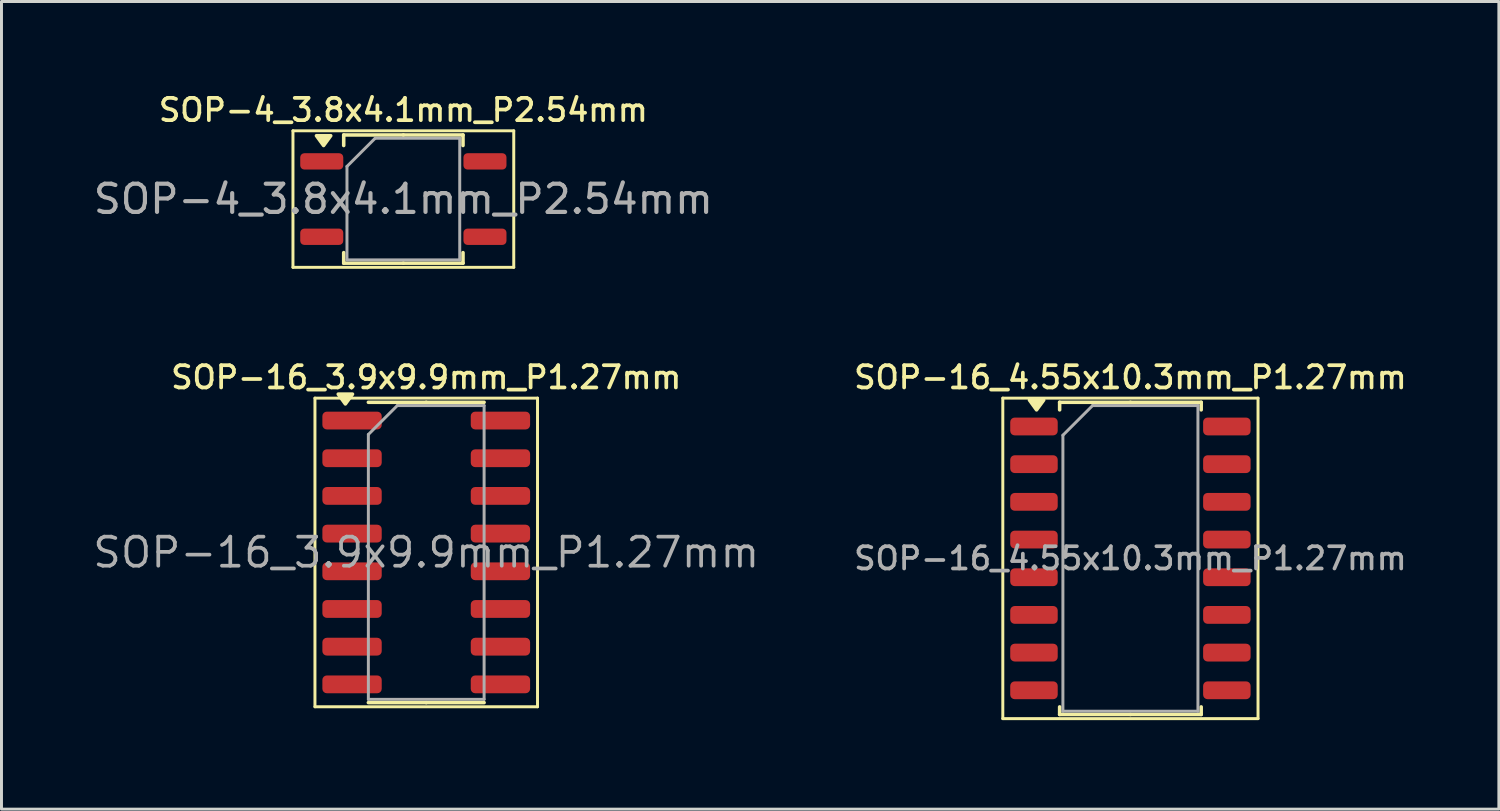
<source format=kicad_pcb>
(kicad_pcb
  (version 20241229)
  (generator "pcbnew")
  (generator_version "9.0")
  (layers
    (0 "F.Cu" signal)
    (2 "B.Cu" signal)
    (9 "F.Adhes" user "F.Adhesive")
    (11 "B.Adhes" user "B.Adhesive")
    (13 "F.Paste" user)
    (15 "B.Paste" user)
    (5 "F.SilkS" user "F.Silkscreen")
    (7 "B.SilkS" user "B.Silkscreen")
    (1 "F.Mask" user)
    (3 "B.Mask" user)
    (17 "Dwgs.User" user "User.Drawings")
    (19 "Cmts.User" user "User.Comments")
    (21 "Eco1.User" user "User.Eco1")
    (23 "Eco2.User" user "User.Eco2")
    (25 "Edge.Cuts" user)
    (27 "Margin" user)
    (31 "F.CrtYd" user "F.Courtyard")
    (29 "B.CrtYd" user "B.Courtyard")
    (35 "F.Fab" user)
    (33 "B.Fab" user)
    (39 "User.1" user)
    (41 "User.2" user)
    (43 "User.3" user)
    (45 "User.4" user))
  (footprint "SOP-16_4.55x10.3mm_P1.27mm"
    (layer "F.Cu")
    (at 35.042 15.766)
    (property "Reference" "SOP-16_4.55x10.3mm_P1.27mm" (at 0 -6.1 0) (layer "F.SilkS") (effects (font (size 0.75 0.75) (thickness 0.125))))
    (attr smd)
    (fp_line (start -4.3 -5.4) (end -4.3 5.4) (stroke (width 0.1) (type solid)) (layer "F.SilkS"))
    (fp_line (start -4.3 5.4) (end 4.3 5.4) (stroke (width 0.1) (type solid)) (layer "F.SilkS"))
    (fp_line (start -2.385 -5.26) (end -2.385 -5.005) (stroke (width 0.12) (type solid)) (layer "F.SilkS"))
    (fp_line (start -2.385 5.26) (end -2.385 5.005) (stroke (width 0.12) (type solid)) (layer "F.SilkS"))
    (fp_line (start 0 -5.26) (end -2.385 -5.26) (stroke (width 0.12) (type solid)) (layer "F.SilkS"))
    (fp_line (start 0 -5.26) (end 2.385 -5.26) (stroke (width 0.12) (type solid)) (layer "F.SilkS"))
    (fp_line (start 0 5.26) (end -2.385 5.26) (stroke (width 0.12) (type solid)) (layer "F.SilkS"))
    (fp_line (start 0 5.26) (end 2.385 5.26) (stroke (width 0.12) (type solid)) (layer "F.SilkS"))
    (fp_line (start 2.385 -5.26) (end 2.385 -5.005) (stroke (width 0.12) (type solid)) (layer "F.SilkS"))
    (fp_line (start 2.385 5.26) (end 2.385 5.005) (stroke (width 0.12) (type solid)) (layer "F.SilkS"))
    (fp_line (start 4.3 -5.4) (end -4.3 -5.4) (stroke (width 0.1) (type solid)) (layer "F.SilkS"))
    (fp_line (start 4.3 5.4) (end 4.3 -5.4) (stroke (width 0.1) (type solid)) (layer "F.SilkS"))
    (fp_poly (pts (xy -3.163 -5.005) (xy -3.402 -5.335) (xy -2.922 -5.335) (xy -3.163 -5.005)) (stroke (width 0.12) (type solid)) (fill yes) (layer "F.SilkS"))
    (fp_line (start -2.275 -4.15) (end -1.275 -5.15) (stroke (width 0.1) (type solid)) (layer "F.Fab"))
    (fp_line (start -2.275 5.15) (end -2.275 -4.15) (stroke (width 0.1) (type solid)) (layer "F.Fab"))
    (fp_line (start -1.275 -5.15) (end 2.275 -5.15) (stroke (width 0.1) (type solid)) (layer "F.Fab"))
    (fp_line (start 2.275 -5.15) (end 2.275 5.15) (stroke (width 0.1) (type solid)) (layer "F.Fab"))
    (fp_line (start 2.275 5.15) (end -2.275 5.15) (stroke (width 0.1) (type solid)) (layer "F.Fab"))
    (fp_text user "${REFERENCE}" (at 0 0 0) (layer "F.Fab") (effects (font (size 0.75 0.75) (thickness 0.125))))
    (pad "1" smd roundrect (at -3.25 -4.445) (size 1.6 0.6) (layers "F.Cu" "F.Mask" "F.Paste") (roundrect_rratio 0.25))
    (pad "2" smd roundrect (at -3.25 -3.175) (size 1.6 0.6) (layers "F.Cu" "F.Mask" "F.Paste") (roundrect_rratio 0.25))
    (pad "3" smd roundrect (at -3.25 -1.905) (size 1.6 0.6) (layers "F.Cu" "F.Mask" "F.Paste") (roundrect_rratio 0.25))
    (pad "4" smd roundrect (at -3.25 -0.635) (size 1.6 0.6) (layers "F.Cu" "F.Mask" "F.Paste") (roundrect_rratio 0.25))
    (pad "5" smd roundrect (at -3.25 0.635) (size 1.6 0.6) (layers "F.Cu" "F.Mask" "F.Paste") (roundrect_rratio 0.25))
    (pad "6" smd roundrect (at -3.25 1.905) (size 1.6 0.6) (layers "F.Cu" "F.Mask" "F.Paste") (roundrect_rratio 0.25))
    (pad "7" smd roundrect (at -3.25 3.175) (size 1.6 0.6) (layers "F.Cu" "F.Mask" "F.Paste") (roundrect_rratio 0.25))
    (pad "8" smd roundrect (at -3.25 4.445) (size 1.6 0.6) (layers "F.Cu" "F.Mask" "F.Paste") (roundrect_rratio 0.25))
    (pad "9" smd roundrect (at 3.25 4.445) (size 1.6 0.6) (layers "F.Cu" "F.Mask" "F.Paste") (roundrect_rratio 0.25))
    (pad "10" smd roundrect (at 3.25 3.175) (size 1.6 0.6) (layers "F.Cu" "F.Mask" "F.Paste") (roundrect_rratio 0.25))
    (pad "11" smd roundrect (at 3.25 1.905) (size 1.6 0.6) (layers "F.Cu" "F.Mask" "F.Paste") (roundrect_rratio 0.25))
    (pad "12" smd roundrect (at 3.25 0.635) (size 1.6 0.6) (layers "F.Cu" "F.Mask" "F.Paste") (roundrect_rratio 0.25))
    (pad "13" smd roundrect (at 3.25 -0.635) (size 1.6 0.6) (layers "F.Cu" "F.Mask" "F.Paste") (roundrect_rratio 0.25))
    (pad "14" smd roundrect (at 3.25 -1.905) (size 1.6 0.6) (layers "F.Cu" "F.Mask" "F.Paste") (roundrect_rratio 0.25))
    (pad "15" smd roundrect (at 3.25 -3.175) (size 1.6 0.6) (layers "F.Cu" "F.Mask" "F.Paste") (roundrect_rratio 0.25))
    (pad "16" smd roundrect (at 3.25 -4.445) (size 1.6 0.6) (layers "F.Cu" "F.Mask" "F.Paste") (roundrect_rratio 0.25)))
  (footprint "SOP-4_3.8x4.1mm_P2.54mm"
    (layer "F.Cu")
    (at 10.542 3.658)
    (property "Reference" "SOP-4_3.8x4.1mm_P2.54mm" (at 0 -3 0) (layer "F.SilkS") (effects (font (size 0.75 0.75) (thickness 0.125))))
    (attr smd)
    (fp_line (start -3.72 -2.3) (end -3.72 2.3) (stroke (width 0.1) (type solid)) (layer "F.SilkS"))
    (fp_line (start -3.72 2.3) (end 3.72 2.3) (stroke (width 0.1) (type solid)) (layer "F.SilkS"))
    (fp_line (start -2.01 -2.16) (end -2.01 -1.805) (stroke (width 0.12) (type solid)) (layer "F.SilkS"))
    (fp_line (start -2.01 2.16) (end -2.01 1.805) (stroke (width 0.12) (type solid)) (layer "F.SilkS"))
    (fp_line (start 0 -2.16) (end -2.01 -2.16) (stroke (width 0.12) (type solid)) (layer "F.SilkS"))
    (fp_line (start 0 -2.16) (end 2.01 -2.16) (stroke (width 0.12) (type solid)) (layer "F.SilkS"))
    (fp_line (start 0 2.16) (end -2.01 2.16) (stroke (width 0.12) (type solid)) (layer "F.SilkS"))
    (fp_line (start 0 2.16) (end 2.01 2.16) (stroke (width 0.12) (type solid)) (layer "F.SilkS"))
    (fp_line (start 2.01 -2.16) (end 2.01 -1.805) (stroke (width 0.12) (type solid)) (layer "F.SilkS"))
    (fp_line (start 2.01 2.16) (end 2.01 1.805) (stroke (width 0.12) (type solid)) (layer "F.SilkS"))
    (fp_line (start 3.72 -2.3) (end -3.72 -2.3) (stroke (width 0.1) (type solid)) (layer "F.SilkS"))
    (fp_line (start 3.72 2.3) (end 3.72 -2.3) (stroke (width 0.1) (type solid)) (layer "F.SilkS"))
    (fp_poly (pts (xy -2.688 -1.805) (xy -2.928 -2.135) (xy -2.447 -2.135) (xy -2.688 -1.805)) (stroke (width 0.12) (type solid)) (fill yes) (layer "F.SilkS"))
    (fp_line (start -1.9 -1.1) (end -0.95 -2.05) (stroke (width 0.1) (type solid)) (layer "F.Fab"))
    (fp_line (start -1.9 2.05) (end -1.9 -1.1) (stroke (width 0.1) (type solid)) (layer "F.Fab"))
    (fp_line (start -0.95 -2.05) (end 1.9 -2.05) (stroke (width 0.1) (type solid)) (layer "F.Fab"))
    (fp_line (start 1.9 -2.05) (end 1.9 2.05) (stroke (width 0.1) (type solid)) (layer "F.Fab"))
    (fp_line (start 1.9 2.05) (end -1.9 2.05) (stroke (width 0.1) (type solid)) (layer "F.Fab"))
    (fp_text user "${REFERENCE}" (at 0 0 0) (layer "F.Fab") (effects (font (size 0.95 0.95) (thickness 0.14))))
    (pad "1" smd roundrect (at -2.75 -1.27) (size 1.45 0.55) (layers "F.Cu" "F.Mask" "F.Paste") (roundrect_rratio 0.25))
    (pad "2" smd roundrect (at -2.75 1.27) (size 1.45 0.55) (layers "F.Cu" "F.Mask" "F.Paste") (roundrect_rratio 0.25))
    (pad "3" smd roundrect (at 2.75 1.27) (size 1.45 0.55) (layers "F.Cu" "F.Mask" "F.Paste") (roundrect_rratio 0.25))
    (pad "4" smd roundrect (at 2.75 -1.27) (size 1.45 0.55) (layers "F.Cu" "F.Mask" "F.Paste") (roundrect_rratio 0.25)))
  (footprint "SOP-16_3.9x9.9mm_P1.27mm"
    (layer "F.Cu")
    (at 11.313 15.566)
    (property "Reference" "SOP-16_3.9x9.9mm_P1.27mm" (at 0 -5.9 0) (layer "F.SilkS") (effects (font (size 0.75 0.75) (thickness 0.125))))
    (attr smd)
    (fp_line (start -3.75 -5.2) (end -3.75 5.2) (stroke (width 0.1) (type solid)) (layer "F.SilkS"))
    (fp_line (start -3.75 5.2) (end 3.75 5.2) (stroke (width 0.1) (type solid)) (layer "F.SilkS"))
    (fp_line (start 0 -5.06) (end -1.95 -5.06) (stroke (width 0.12) (type solid)) (layer "F.SilkS"))
    (fp_line (start 0 -5.06) (end 1.95 -5.06) (stroke (width 0.12) (type solid)) (layer "F.SilkS"))
    (fp_line (start 0 5.06) (end -1.95 5.06) (stroke (width 0.12) (type solid)) (layer "F.SilkS"))
    (fp_line (start 0 5.06) (end 1.95 5.06) (stroke (width 0.12) (type solid)) (layer "F.SilkS"))
    (fp_line (start 3.75 -5.2) (end -3.75 -5.2) (stroke (width 0.1) (type solid)) (layer "F.SilkS"))
    (fp_line (start 3.75 5.2) (end 3.75 -5.2) (stroke (width 0.1) (type solid)) (layer "F.SilkS"))
    (fp_poly (pts (xy -2.725 -5.005) (xy -2.965 -5.335) (xy -2.485 -5.335) (xy -2.725 -5.005)) (stroke (width 0.12) (type solid)) (fill yes) (layer "F.SilkS"))
    (fp_line (start -1.95 -3.975) (end -0.975 -4.95) (stroke (width 0.1) (type solid)) (layer "F.Fab"))
    (fp_line (start -1.95 4.95) (end -1.95 -3.975) (stroke (width 0.1) (type solid)) (layer "F.Fab"))
    (fp_line (start -0.975 -4.95) (end 1.95 -4.95) (stroke (width 0.1) (type solid)) (layer "F.Fab"))
    (fp_line (start 1.95 -4.95) (end 1.95 4.95) (stroke (width 0.1) (type solid)) (layer "F.Fab"))
    (fp_line (start 1.95 4.95) (end -1.95 4.95) (stroke (width 0.1) (type solid)) (layer "F.Fab"))
    (fp_text user "${REFERENCE}" (at 0 0 0) (layer "F.Fab") (effects (font (size 0.98 0.98) (thickness 0.125))))
    (pad "1" smd roundrect (at -2.5 -4.445) (size 2 0.6) (layers "F.Cu" "F.Mask" "F.Paste") (roundrect_rratio 0.25))
    (pad "2" smd roundrect (at -2.5 -3.175) (size 2 0.6) (layers "F.Cu" "F.Mask" "F.Paste") (roundrect_rratio 0.25))
    (pad "3" smd roundrect (at -2.5 -1.905) (size 2 0.6) (layers "F.Cu" "F.Mask" "F.Paste") (roundrect_rratio 0.25))
    (pad "4" smd roundrect (at -2.5 -0.635) (size 2 0.6) (layers "F.Cu" "F.Mask" "F.Paste") (roundrect_rratio 0.25))
    (pad "5" smd roundrect (at -2.5 0.635) (size 2 0.6) (layers "F.Cu" "F.Mask" "F.Paste") (roundrect_rratio 0.25))
    (pad "6" smd roundrect (at -2.5 1.905) (size 2 0.6) (layers "F.Cu" "F.Mask" "F.Paste") (roundrect_rratio 0.25))
    (pad "7" smd roundrect (at -2.5 3.175) (size 2 0.6) (layers "F.Cu" "F.Mask" "F.Paste") (roundrect_rratio 0.25))
    (pad "8" smd roundrect (at -2.5 4.445) (size 2 0.6) (layers "F.Cu" "F.Mask" "F.Paste") (roundrect_rratio 0.25))
    (pad "9" smd roundrect (at 2.5 4.445) (size 2 0.6) (layers "F.Cu" "F.Mask" "F.Paste") (roundrect_rratio 0.25))
    (pad "10" smd roundrect (at 2.5 3.175) (size 2 0.6) (layers "F.Cu" "F.Mask" "F.Paste") (roundrect_rratio 0.25))
    (pad "11" smd roundrect (at 2.5 1.905) (size 2 0.6) (layers "F.Cu" "F.Mask" "F.Paste") (roundrect_rratio 0.25))
    (pad "12" smd roundrect (at 2.5 0.635) (size 2 0.6) (layers "F.Cu" "F.Mask" "F.Paste") (roundrect_rratio 0.25))
    (pad "13" smd roundrect (at 2.5 -0.635) (size 2 0.6) (layers "F.Cu" "F.Mask" "F.Paste") (roundrect_rratio 0.25))
    (pad "14" smd roundrect (at 2.5 -1.905) (size 2 0.6) (layers "F.Cu" "F.Mask" "F.Paste") (roundrect_rratio 0.25))
    (pad "15" smd roundrect (at 2.5 -3.175) (size 2 0.6) (layers "F.Cu" "F.Mask" "F.Paste") (roundrect_rratio 0.25))
    (pad "16" smd roundrect (at 2.5 -4.445) (size 2 0.6) (layers "F.Cu" "F.Mask" "F.Paste") (roundrect_rratio 0.25)))
  (gr_rect
    (start -3 -3)
    (end 47.458 24.216)
    (stroke (width 0.1) (type default))
    (fill no)
    (layer "Edge.Cuts")))
</source>
